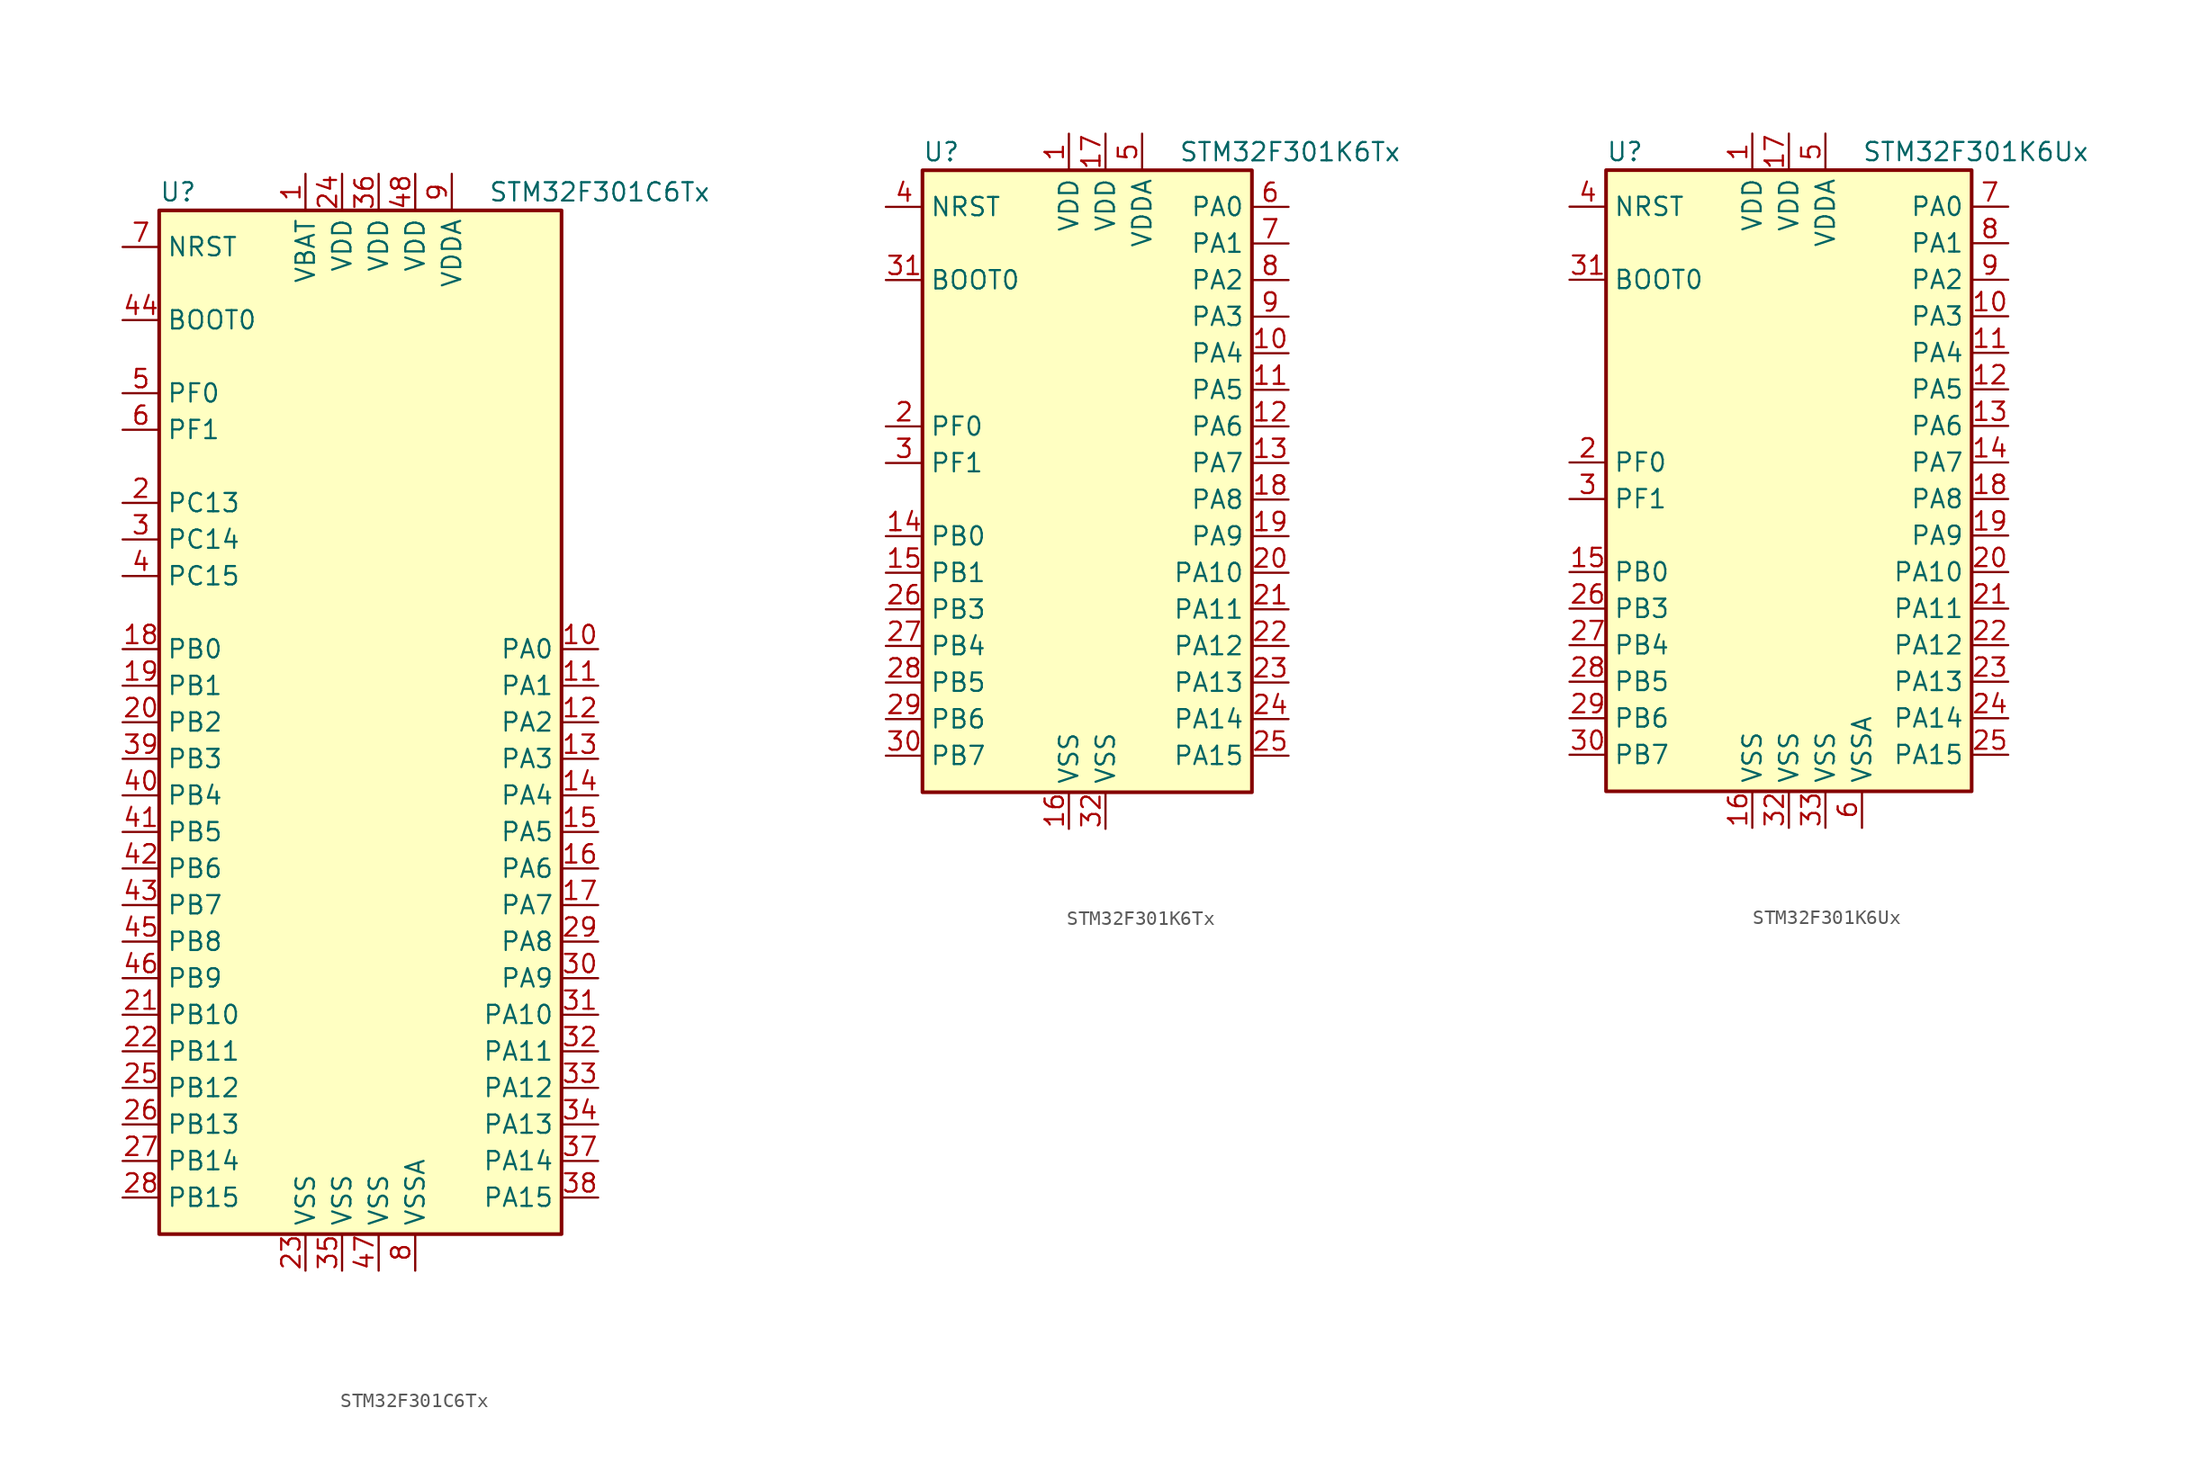
<source format=kicad_sym>
(kicad_symbol_lib
  (version 20201005)
  (generator kicad_symbol_editor)
  (symbol "STM32F301C6Tx"
    (property "Reference" "U"
      (at -15.24 36.83 0)
      (effects (font (size 1.27 1.27)) (justify left)))
    (property "Value" "STM32F301C6Tx"
      (at 7.62 36.83 0)
      (effects (font (size 1.27 1.27)) (justify left)))
    (symbol "STM32F301C6Tx_0_1"
      (rectangle (start -15.24 -35.56) (end 12.7 35.56) (stroke (width 0.254)) (fill (type background))))
    (symbol "STM32F301C6Tx_1_1"
      (pin input line (at -17.78 27.94 0) (length 2.54) (name "BOOT0" (effects (font (size 1.27 1.27)))) (number "44" (effects (font (size 1.27 1.27)))))
      (pin input line (at -17.78 33.02 0) (length 2.54) (name "NRST" (effects (font (size 1.27 1.27)))) (number "7" (effects (font (size 1.27 1.27)))))
      (pin bidirectional line (at 15.24 5.08 180) (length 2.54) (name "PA0" (effects (font (size 1.27 1.27)))) (number "10" (effects (font (size 1.27 1.27)))))
      (pin bidirectional line (at 15.24 2.54 180) (length 2.54) (name "PA1" (effects (font (size 1.27 1.27)))) (number "11" (effects (font (size 1.27 1.27)))))
      (pin bidirectional line (at 15.24 -20.32 180) (length 2.54) (name "PA10" (effects (font (size 1.27 1.27)))) (number "31" (effects (font (size 1.27 1.27)))))
      (pin bidirectional line (at 15.24 -22.86 180) (length 2.54) (name "PA11" (effects (font (size 1.27 1.27)))) (number "32" (effects (font (size 1.27 1.27)))))
      (pin bidirectional line (at 15.24 -25.4 180) (length 2.54) (name "PA12" (effects (font (size 1.27 1.27)))) (number "33" (effects (font (size 1.27 1.27)))))
      (pin bidirectional line (at 15.24 -27.94 180) (length 2.54) (name "PA13" (effects (font (size 1.27 1.27)))) (number "34" (effects (font (size 1.27 1.27)))))
      (pin bidirectional line (at 15.24 -30.48 180) (length 2.54) (name "PA14" (effects (font (size 1.27 1.27)))) (number "37" (effects (font (size 1.27 1.27)))))
      (pin bidirectional line (at 15.24 -33.02 180) (length 2.54) (name "PA15" (effects (font (size 1.27 1.27)))) (number "38" (effects (font (size 1.27 1.27)))))
      (pin bidirectional line (at 15.24 0 180) (length 2.54) (name "PA2" (effects (font (size 1.27 1.27)))) (number "12" (effects (font (size 1.27 1.27)))))
      (pin bidirectional line (at 15.24 -2.54 180) (length 2.54) (name "PA3" (effects (font (size 1.27 1.27)))) (number "13" (effects (font (size 1.27 1.27)))))
      (pin bidirectional line (at 15.24 -5.08 180) (length 2.54) (name "PA4" (effects (font (size 1.27 1.27)))) (number "14" (effects (font (size 1.27 1.27)))))
      (pin bidirectional line (at 15.24 -7.62 180) (length 2.54) (name "PA5" (effects (font (size 1.27 1.27)))) (number "15" (effects (font (size 1.27 1.27)))))
      (pin bidirectional line (at 15.24 -10.16 180) (length 2.54) (name "PA6" (effects (font (size 1.27 1.27)))) (number "16" (effects (font (size 1.27 1.27)))))
      (pin bidirectional line (at 15.24 -12.7 180) (length 2.54) (name "PA7" (effects (font (size 1.27 1.27)))) (number "17" (effects (font (size 1.27 1.27)))))
      (pin bidirectional line (at 15.24 -15.24 180) (length 2.54) (name "PA8" (effects (font (size 1.27 1.27)))) (number "29" (effects (font (size 1.27 1.27)))))
      (pin bidirectional line (at 15.24 -17.78 180) (length 2.54) (name "PA9" (effects (font (size 1.27 1.27)))) (number "30" (effects (font (size 1.27 1.27)))))
      (pin bidirectional line (at -17.78 5.08 0) (length 2.54) (name "PB0" (effects (font (size 1.27 1.27)))) (number "18" (effects (font (size 1.27 1.27)))))
      (pin bidirectional line (at -17.78 2.54 0) (length 2.54) (name "PB1" (effects (font (size 1.27 1.27)))) (number "19" (effects (font (size 1.27 1.27)))))
      (pin bidirectional line (at -17.78 -20.32 0) (length 2.54) (name "PB10" (effects (font (size 1.27 1.27)))) (number "21" (effects (font (size 1.27 1.27)))))
      (pin bidirectional line (at -17.78 -22.86 0) (length 2.54) (name "PB11" (effects (font (size 1.27 1.27)))) (number "22" (effects (font (size 1.27 1.27)))))
      (pin bidirectional line (at -17.78 -25.4 0) (length 2.54) (name "PB12" (effects (font (size 1.27 1.27)))) (number "25" (effects (font (size 1.27 1.27)))))
      (pin bidirectional line (at -17.78 -27.94 0) (length 2.54) (name "PB13" (effects (font (size 1.27 1.27)))) (number "26" (effects (font (size 1.27 1.27)))))
      (pin bidirectional line (at -17.78 -30.48 0) (length 2.54) (name "PB14" (effects (font (size 1.27 1.27)))) (number "27" (effects (font (size 1.27 1.27)))))
      (pin bidirectional line (at -17.78 -33.02 0) (length 2.54) (name "PB15" (effects (font (size 1.27 1.27)))) (number "28" (effects (font (size 1.27 1.27)))))
      (pin bidirectional line (at -17.78 0 0) (length 2.54) (name "PB2" (effects (font (size 1.27 1.27)))) (number "20" (effects (font (size 1.27 1.27)))))
      (pin bidirectional line (at -17.78 -2.54 0) (length 2.54) (name "PB3" (effects (font (size 1.27 1.27)))) (number "39" (effects (font (size 1.27 1.27)))))
      (pin bidirectional line (at -17.78 -5.08 0) (length 2.54) (name "PB4" (effects (font (size 1.27 1.27)))) (number "40" (effects (font (size 1.27 1.27)))))
      (pin bidirectional line (at -17.78 -7.62 0) (length 2.54) (name "PB5" (effects (font (size 1.27 1.27)))) (number "41" (effects (font (size 1.27 1.27)))))
      (pin bidirectional line (at -17.78 -10.16 0) (length 2.54) (name "PB6" (effects (font (size 1.27 1.27)))) (number "42" (effects (font (size 1.27 1.27)))))
      (pin bidirectional line (at -17.78 -12.7 0) (length 2.54) (name "PB7" (effects (font (size 1.27 1.27)))) (number "43" (effects (font (size 1.27 1.27)))))
      (pin bidirectional line (at -17.78 -15.24 0) (length 2.54) (name "PB8" (effects (font (size 1.27 1.27)))) (number "45" (effects (font (size 1.27 1.27)))))
      (pin bidirectional line (at -17.78 -17.78 0) (length 2.54) (name "PB9" (effects (font (size 1.27 1.27)))) (number "46" (effects (font (size 1.27 1.27)))))
      (pin bidirectional line (at -17.78 15.24 0) (length 2.54) (name "PC13" (effects (font (size 1.27 1.27)))) (number "2" (effects (font (size 1.27 1.27)))))
      (pin bidirectional line (at -17.78 12.7 0) (length 2.54) (name "PC14" (effects (font (size 1.27 1.27)))) (number "3" (effects (font (size 1.27 1.27)))))
      (pin bidirectional line (at -17.78 10.16 0) (length 2.54) (name "PC15" (effects (font (size 1.27 1.27)))) (number "4" (effects (font (size 1.27 1.27)))))
      (pin input line (at -17.78 22.86 0) (length 2.54) (name "PF0" (effects (font (size 1.27 1.27)))) (number "5" (effects (font (size 1.27 1.27)))))
      (pin input line (at -17.78 20.32 0) (length 2.54) (name "PF1" (effects (font (size 1.27 1.27)))) (number "6" (effects (font (size 1.27 1.27)))))
      (pin power_in line (at -5.08 38.1 270) (length 2.54) (name "VBAT" (effects (font (size 1.27 1.27)))) (number "1" (effects (font (size 1.27 1.27)))))
      (pin power_in line (at -2.54 38.1 270) (length 2.54) (name "VDD" (effects (font (size 1.27 1.27)))) (number "24" (effects (font (size 1.27 1.27)))))
      (pin power_in line (at 0 38.1 270) (length 2.54) (name "VDD" (effects (font (size 1.27 1.27)))) (number "36" (effects (font (size 1.27 1.27)))))
      (pin power_in line (at 2.54 38.1 270) (length 2.54) (name "VDD" (effects (font (size 1.27 1.27)))) (number "48" (effects (font (size 1.27 1.27)))))
      (pin power_in line (at 5.08 38.1 270) (length 2.54) (name "VDDA" (effects (font (size 1.27 1.27)))) (number "9" (effects (font (size 1.27 1.27)))))
      (pin power_in line (at -5.08 -38.1 90) (length 2.54) (name "VSS" (effects (font (size 1.27 1.27)))) (number "23" (effects (font (size 1.27 1.27)))))
      (pin power_in line (at -2.54 -38.1 90) (length 2.54) (name "VSS" (effects (font (size 1.27 1.27)))) (number "35" (effects (font (size 1.27 1.27)))))
      (pin power_in line (at 0 -38.1 90) (length 2.54) (name "VSS" (effects (font (size 1.27 1.27)))) (number "47" (effects (font (size 1.27 1.27)))))
      (pin power_in line (at 2.54 -38.1 90) (length 2.54) (name "VSSA" (effects (font (size 1.27 1.27)))) (number "8" (effects (font (size 1.27 1.27)))))))
  (symbol "STM32F301K6Tx"
    (property "Reference" "U"
      (at -12.7 21.59 0)
      (effects (font (size 1.27 1.27)) (justify left)))
    (property "Value" "STM32F301K6Tx"
      (at 5.08 21.59 0)
      (effects (font (size 1.27 1.27)) (justify left)))
    (symbol "STM32F301K6Tx_0_1"
      (rectangle (start -12.7 -22.86) (end 10.16 20.32) (stroke (width 0.254)) (fill (type background))))
    (symbol "STM32F301K6Tx_1_1"
      (pin input line (at -15.24 12.7 0) (length 2.54) (name "BOOT0" (effects (font (size 1.27 1.27)))) (number "31" (effects (font (size 1.27 1.27)))))
      (pin input line (at -15.24 17.78 0) (length 2.54) (name "NRST" (effects (font (size 1.27 1.27)))) (number "4" (effects (font (size 1.27 1.27)))))
      (pin bidirectional line (at 12.7 17.78 180) (length 2.54) (name "PA0" (effects (font (size 1.27 1.27)))) (number "6" (effects (font (size 1.27 1.27)))))
      (pin bidirectional line (at 12.7 15.24 180) (length 2.54) (name "PA1" (effects (font (size 1.27 1.27)))) (number "7" (effects (font (size 1.27 1.27)))))
      (pin bidirectional line (at 12.7 -7.62 180) (length 2.54) (name "PA10" (effects (font (size 1.27 1.27)))) (number "20" (effects (font (size 1.27 1.27)))))
      (pin bidirectional line (at 12.7 -10.16 180) (length 2.54) (name "PA11" (effects (font (size 1.27 1.27)))) (number "21" (effects (font (size 1.27 1.27)))))
      (pin bidirectional line (at 12.7 -12.7 180) (length 2.54) (name "PA12" (effects (font (size 1.27 1.27)))) (number "22" (effects (font (size 1.27 1.27)))))
      (pin bidirectional line (at 12.7 -15.24 180) (length 2.54) (name "PA13" (effects (font (size 1.27 1.27)))) (number "23" (effects (font (size 1.27 1.27)))))
      (pin bidirectional line (at 12.7 -17.78 180) (length 2.54) (name "PA14" (effects (font (size 1.27 1.27)))) (number "24" (effects (font (size 1.27 1.27)))))
      (pin bidirectional line (at 12.7 -20.32 180) (length 2.54) (name "PA15" (effects (font (size 1.27 1.27)))) (number "25" (effects (font (size 1.27 1.27)))))
      (pin bidirectional line (at 12.7 12.7 180) (length 2.54) (name "PA2" (effects (font (size 1.27 1.27)))) (number "8" (effects (font (size 1.27 1.27)))))
      (pin bidirectional line (at 12.7 10.16 180) (length 2.54) (name "PA3" (effects (font (size 1.27 1.27)))) (number "9" (effects (font (size 1.27 1.27)))))
      (pin bidirectional line (at 12.7 7.62 180) (length 2.54) (name "PA4" (effects (font (size 1.27 1.27)))) (number "10" (effects (font (size 1.27 1.27)))))
      (pin bidirectional line (at 12.7 5.08 180) (length 2.54) (name "PA5" (effects (font (size 1.27 1.27)))) (number "11" (effects (font (size 1.27 1.27)))))
      (pin bidirectional line (at 12.7 2.54 180) (length 2.54) (name "PA6" (effects (font (size 1.27 1.27)))) (number "12" (effects (font (size 1.27 1.27)))))
      (pin bidirectional line (at 12.7 0 180) (length 2.54) (name "PA7" (effects (font (size 1.27 1.27)))) (number "13" (effects (font (size 1.27 1.27)))))
      (pin bidirectional line (at 12.7 -2.54 180) (length 2.54) (name "PA8" (effects (font (size 1.27 1.27)))) (number "18" (effects (font (size 1.27 1.27)))))
      (pin bidirectional line (at 12.7 -5.08 180) (length 2.54) (name "PA9" (effects (font (size 1.27 1.27)))) (number "19" (effects (font (size 1.27 1.27)))))
      (pin bidirectional line (at -15.24 -5.08 0) (length 2.54) (name "PB0" (effects (font (size 1.27 1.27)))) (number "14" (effects (font (size 1.27 1.27)))))
      (pin bidirectional line (at -15.24 -7.62 0) (length 2.54) (name "PB1" (effects (font (size 1.27 1.27)))) (number "15" (effects (font (size 1.27 1.27)))))
      (pin bidirectional line (at -15.24 -10.16 0) (length 2.54) (name "PB3" (effects (font (size 1.27 1.27)))) (number "26" (effects (font (size 1.27 1.27)))))
      (pin bidirectional line (at -15.24 -12.7 0) (length 2.54) (name "PB4" (effects (font (size 1.27 1.27)))) (number "27" (effects (font (size 1.27 1.27)))))
      (pin bidirectional line (at -15.24 -15.24 0) (length 2.54) (name "PB5" (effects (font (size 1.27 1.27)))) (number "28" (effects (font (size 1.27 1.27)))))
      (pin bidirectional line (at -15.24 -17.78 0) (length 2.54) (name "PB6" (effects (font (size 1.27 1.27)))) (number "29" (effects (font (size 1.27 1.27)))))
      (pin bidirectional line (at -15.24 -20.32 0) (length 2.54) (name "PB7" (effects (font (size 1.27 1.27)))) (number "30" (effects (font (size 1.27 1.27)))))
      (pin input line (at -15.24 2.54 0) (length 2.54) (name "PF0" (effects (font (size 1.27 1.27)))) (number "2" (effects (font (size 1.27 1.27)))))
      (pin input line (at -15.24 0 0) (length 2.54) (name "PF1" (effects (font (size 1.27 1.27)))) (number "3" (effects (font (size 1.27 1.27)))))
      (pin power_in line (at -2.54 22.86 270) (length 2.54) (name "VDD" (effects (font (size 1.27 1.27)))) (number "1" (effects (font (size 1.27 1.27)))))
      (pin power_in line (at 0 22.86 270) (length 2.54) (name "VDD" (effects (font (size 1.27 1.27)))) (number "17" (effects (font (size 1.27 1.27)))))
      (pin power_in line (at 2.54 22.86 270) (length 2.54) (name "VDDA" (effects (font (size 1.27 1.27)))) (number "5" (effects (font (size 1.27 1.27)))))
      (pin power_in line (at -2.54 -25.4 90) (length 2.54) (name "VSS" (effects (font (size 1.27 1.27)))) (number "16" (effects (font (size 1.27 1.27)))))
      (pin power_in line (at 0 -25.4 90) (length 2.54) (name "VSS" (effects (font (size 1.27 1.27)))) (number "32" (effects (font (size 1.27 1.27)))))))
  (symbol "STM32F301K6Ux"
    (property "Reference" "U"
      (at -12.7 21.59 0)
      (effects (font (size 1.27 1.27)) (justify left)))
    (property "Value" "STM32F301K6Ux"
      (at 5.08 21.59 0)
      (effects (font (size 1.27 1.27)) (justify left)))
    (symbol "STM32F301K6Ux_0_1"
      (rectangle (start -12.7 -22.86) (end 12.7 20.32) (stroke (width 0.254)) (fill (type background))))
    (symbol "STM32F301K6Ux_1_1"
      (pin input line (at -15.24 12.7 0) (length 2.54) (name "BOOT0" (effects (font (size 1.27 1.27)))) (number "31" (effects (font (size 1.27 1.27)))))
      (pin input line (at -15.24 17.78 0) (length 2.54) (name "NRST" (effects (font (size 1.27 1.27)))) (number "4" (effects (font (size 1.27 1.27)))))
      (pin bidirectional line (at 15.24 17.78 180) (length 2.54) (name "PA0" (effects (font (size 1.27 1.27)))) (number "7" (effects (font (size 1.27 1.27)))))
      (pin bidirectional line (at 15.24 15.24 180) (length 2.54) (name "PA1" (effects (font (size 1.27 1.27)))) (number "8" (effects (font (size 1.27 1.27)))))
      (pin bidirectional line (at 15.24 -7.62 180) (length 2.54) (name "PA10" (effects (font (size 1.27 1.27)))) (number "20" (effects (font (size 1.27 1.27)))))
      (pin bidirectional line (at 15.24 -10.16 180) (length 2.54) (name "PA11" (effects (font (size 1.27 1.27)))) (number "21" (effects (font (size 1.27 1.27)))))
      (pin bidirectional line (at 15.24 -12.7 180) (length 2.54) (name "PA12" (effects (font (size 1.27 1.27)))) (number "22" (effects (font (size 1.27 1.27)))))
      (pin bidirectional line (at 15.24 -15.24 180) (length 2.54) (name "PA13" (effects (font (size 1.27 1.27)))) (number "23" (effects (font (size 1.27 1.27)))))
      (pin bidirectional line (at 15.24 -17.78 180) (length 2.54) (name "PA14" (effects (font (size 1.27 1.27)))) (number "24" (effects (font (size 1.27 1.27)))))
      (pin bidirectional line (at 15.24 -20.32 180) (length 2.54) (name "PA15" (effects (font (size 1.27 1.27)))) (number "25" (effects (font (size 1.27 1.27)))))
      (pin bidirectional line (at 15.24 12.7 180) (length 2.54) (name "PA2" (effects (font (size 1.27 1.27)))) (number "9" (effects (font (size 1.27 1.27)))))
      (pin bidirectional line (at 15.24 10.16 180) (length 2.54) (name "PA3" (effects (font (size 1.27 1.27)))) (number "10" (effects (font (size 1.27 1.27)))))
      (pin bidirectional line (at 15.24 7.62 180) (length 2.54) (name "PA4" (effects (font (size 1.27 1.27)))) (number "11" (effects (font (size 1.27 1.27)))))
      (pin bidirectional line (at 15.24 5.08 180) (length 2.54) (name "PA5" (effects (font (size 1.27 1.27)))) (number "12" (effects (font (size 1.27 1.27)))))
      (pin bidirectional line (at 15.24 2.54 180) (length 2.54) (name "PA6" (effects (font (size 1.27 1.27)))) (number "13" (effects (font (size 1.27 1.27)))))
      (pin bidirectional line (at 15.24 0 180) (length 2.54) (name "PA7" (effects (font (size 1.27 1.27)))) (number "14" (effects (font (size 1.27 1.27)))))
      (pin bidirectional line (at 15.24 -2.54 180) (length 2.54) (name "PA8" (effects (font (size 1.27 1.27)))) (number "18" (effects (font (size 1.27 1.27)))))
      (pin bidirectional line (at 15.24 -5.08 180) (length 2.54) (name "PA9" (effects (font (size 1.27 1.27)))) (number "19" (effects (font (size 1.27 1.27)))))
      (pin bidirectional line (at -15.24 -7.62 0) (length 2.54) (name "PB0" (effects (font (size 1.27 1.27)))) (number "15" (effects (font (size 1.27 1.27)))))
      (pin bidirectional line (at -15.24 -10.16 0) (length 2.54) (name "PB3" (effects (font (size 1.27 1.27)))) (number "26" (effects (font (size 1.27 1.27)))))
      (pin bidirectional line (at -15.24 -12.7 0) (length 2.54) (name "PB4" (effects (font (size 1.27 1.27)))) (number "27" (effects (font (size 1.27 1.27)))))
      (pin bidirectional line (at -15.24 -15.24 0) (length 2.54) (name "PB5" (effects (font (size 1.27 1.27)))) (number "28" (effects (font (size 1.27 1.27)))))
      (pin bidirectional line (at -15.24 -17.78 0) (length 2.54) (name "PB6" (effects (font (size 1.27 1.27)))) (number "29" (effects (font (size 1.27 1.27)))))
      (pin bidirectional line (at -15.24 -20.32 0) (length 2.54) (name "PB7" (effects (font (size 1.27 1.27)))) (number "30" (effects (font (size 1.27 1.27)))))
      (pin input line (at -15.24 0 0) (length 2.54) (name "PF0" (effects (font (size 1.27 1.27)))) (number "2" (effects (font (size 1.27 1.27)))))
      (pin input line (at -15.24 -2.54 0) (length 2.54) (name "PF1" (effects (font (size 1.27 1.27)))) (number "3" (effects (font (size 1.27 1.27)))))
      (pin power_in line (at -2.54 22.86 270) (length 2.54) (name "VDD" (effects (font (size 1.27 1.27)))) (number "1" (effects (font (size 1.27 1.27)))))
      (pin power_in line (at 0 22.86 270) (length 2.54) (name "VDD" (effects (font (size 1.27 1.27)))) (number "17" (effects (font (size 1.27 1.27)))))
      (pin power_in line (at 2.54 22.86 270) (length 2.54) (name "VDDA" (effects (font (size 1.27 1.27)))) (number "5" (effects (font (size 1.27 1.27)))))
      (pin power_in line (at -2.54 -25.4 90) (length 2.54) (name "VSS" (effects (font (size 1.27 1.27)))) (number "16" (effects (font (size 1.27 1.27)))))
      (pin power_in line (at 0 -25.4 90) (length 2.54) (name "VSS" (effects (font (size 1.27 1.27)))) (number "32" (effects (font (size 1.27 1.27)))))
      (pin power_in line (at 2.54 -25.4 90) (length 2.54) (name "VSS" (effects (font (size 1.27 1.27)))) (number "33" (effects (font (size 1.27 1.27)))))
      (pin power_in line (at 5.08 -25.4 90) (length 2.54) (name "VSSA" (effects (font (size 1.27 1.27)))) (number "6" (effects (font (size 1.27 1.27))))))))
</source>
